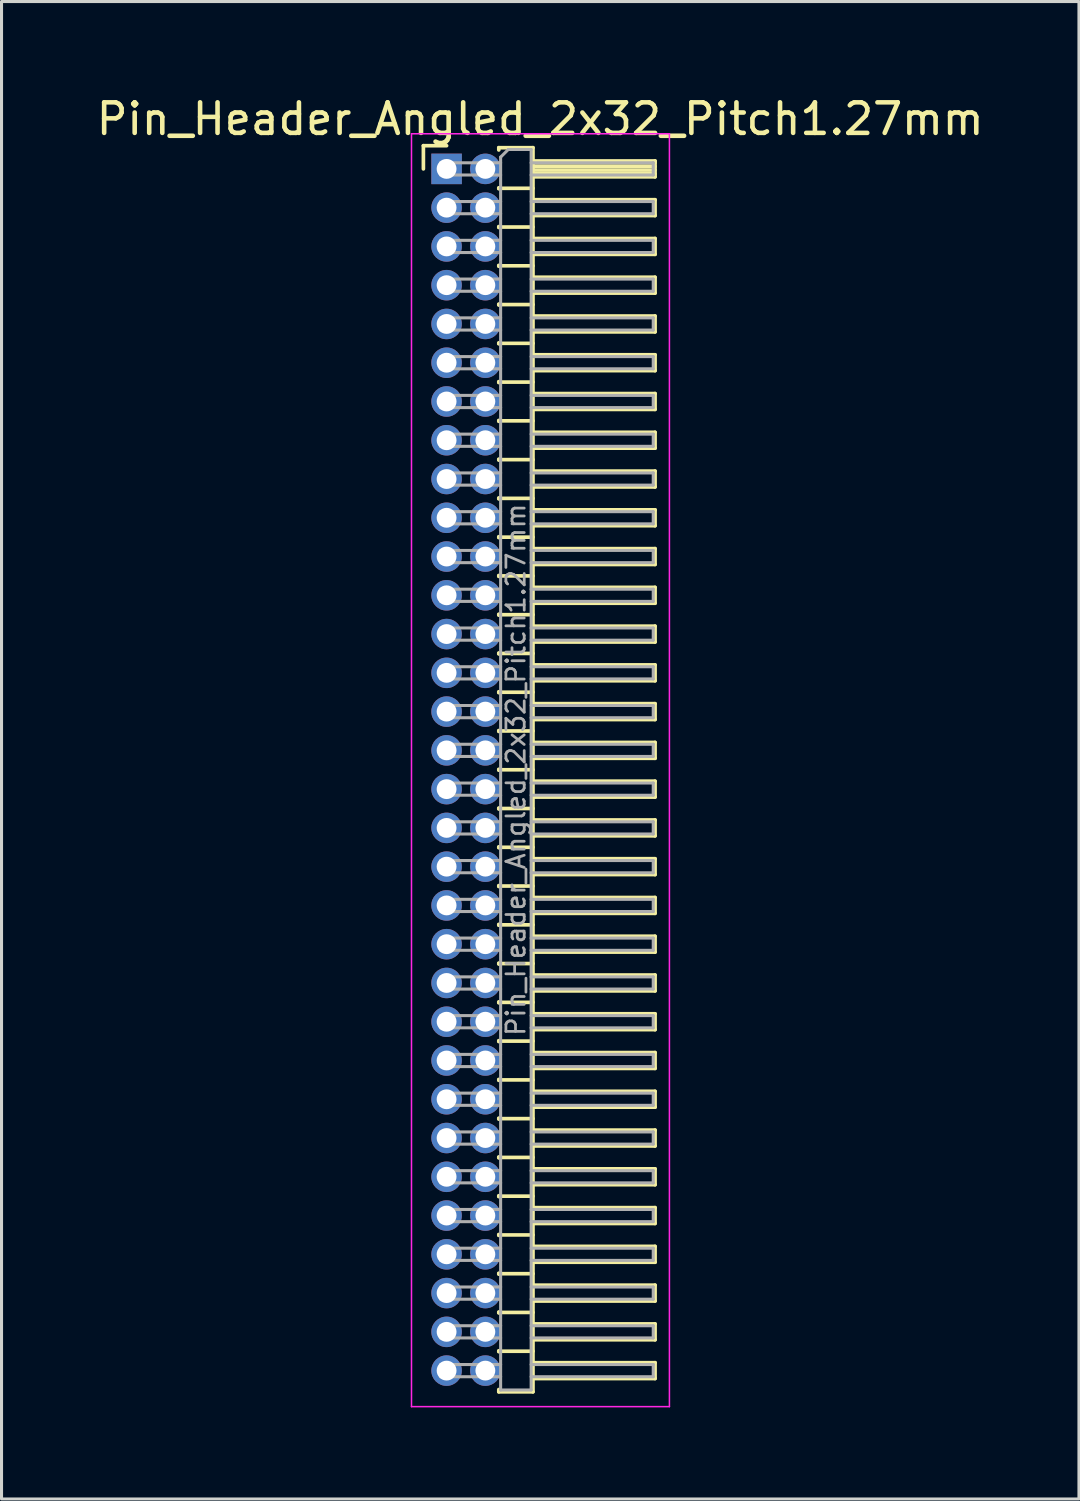
<source format=kicad_pcb>
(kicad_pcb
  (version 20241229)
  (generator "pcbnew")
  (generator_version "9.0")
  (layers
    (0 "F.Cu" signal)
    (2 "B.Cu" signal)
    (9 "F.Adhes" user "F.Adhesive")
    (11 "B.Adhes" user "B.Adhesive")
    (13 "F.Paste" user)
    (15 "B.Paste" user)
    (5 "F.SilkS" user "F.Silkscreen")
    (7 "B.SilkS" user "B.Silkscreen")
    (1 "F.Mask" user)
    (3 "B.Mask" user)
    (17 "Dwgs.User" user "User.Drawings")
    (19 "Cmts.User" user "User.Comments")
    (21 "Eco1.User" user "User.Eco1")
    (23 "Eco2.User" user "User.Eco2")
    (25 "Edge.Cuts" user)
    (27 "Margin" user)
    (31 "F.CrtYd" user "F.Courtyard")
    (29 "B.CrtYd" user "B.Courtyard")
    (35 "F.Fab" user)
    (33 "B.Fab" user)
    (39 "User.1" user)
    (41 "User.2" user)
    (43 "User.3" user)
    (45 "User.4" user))
  (footprint "Pin_Header_Angled_2x32_Pitch1.27mm"
    (layer "F.Cu")
    (at 11.581 2.483)
    (property "Reference" "Pin_Header_Angled_2x32_Pitch1.27mm" (at 3.067 -1.635 0) (layer "F.SilkS") (effects (font (size 1 1) (thickness 0.15))))
    (attr through_hole)
    (fp_line (start -0.76 -0.76) (end 0 -0.76) (stroke (width 0.12) (type solid)) (layer "F.SilkS"))
    (fp_line (start -0.76 0) (end -0.76 -0.76) (stroke (width 0.12) (type solid)) (layer "F.SilkS"))
    (fp_line (start 1.71 -0.695) (end 2.83 -0.695) (stroke (width 0.12) (type solid)) (layer "F.SilkS"))
    (fp_line (start 1.71 -0.62) (end 1.71 -0.695) (stroke (width 0.12) (type solid)) (layer "F.SilkS"))
    (fp_line (start 1.71 0.62) (end 1.71 0.65) (stroke (width 0.12) (type solid)) (layer "F.SilkS"))
    (fp_line (start 1.71 0.635) (end 2.83 0.635) (stroke (width 0.12) (type solid)) (layer "F.SilkS"))
    (fp_line (start 1.71 1.89) (end 1.71 1.92) (stroke (width 0.12) (type solid)) (layer "F.SilkS"))
    (fp_line (start 1.71 1.905) (end 2.83 1.905) (stroke (width 0.12) (type solid)) (layer "F.SilkS"))
    (fp_line (start 1.71 3.16) (end 1.71 3.19) (stroke (width 0.12) (type solid)) (layer "F.SilkS"))
    (fp_line (start 1.71 3.175) (end 2.83 3.175) (stroke (width 0.12) (type solid)) (layer "F.SilkS"))
    (fp_line (start 1.71 4.43) (end 1.71 4.46) (stroke (width 0.12) (type solid)) (layer "F.SilkS"))
    (fp_line (start 1.71 4.445) (end 2.83 4.445) (stroke (width 0.12) (type solid)) (layer "F.SilkS"))
    (fp_line (start 1.71 5.7) (end 1.71 5.73) (stroke (width 0.12) (type solid)) (layer "F.SilkS"))
    (fp_line (start 1.71 5.715) (end 2.83 5.715) (stroke (width 0.12) (type solid)) (layer "F.SilkS"))
    (fp_line (start 1.71 6.97) (end 1.71 7) (stroke (width 0.12) (type solid)) (layer "F.SilkS"))
    (fp_line (start 1.71 6.985) (end 2.83 6.985) (stroke (width 0.12) (type solid)) (layer "F.SilkS"))
    (fp_line (start 1.71 8.24) (end 1.71 8.27) (stroke (width 0.12) (type solid)) (layer "F.SilkS"))
    (fp_line (start 1.71 8.255) (end 2.83 8.255) (stroke (width 0.12) (type solid)) (layer "F.SilkS"))
    (fp_line (start 1.71 9.51) (end 1.71 9.54) (stroke (width 0.12) (type solid)) (layer "F.SilkS"))
    (fp_line (start 1.71 9.525) (end 2.83 9.525) (stroke (width 0.12) (type solid)) (layer "F.SilkS"))
    (fp_line (start 1.71 10.78) (end 1.71 10.81) (stroke (width 0.12) (type solid)) (layer "F.SilkS"))
    (fp_line (start 1.71 10.795) (end 2.83 10.795) (stroke (width 0.12) (type solid)) (layer "F.SilkS"))
    (fp_line (start 1.71 12.05) (end 1.71 12.08) (stroke (width 0.12) (type solid)) (layer "F.SilkS"))
    (fp_line (start 1.71 12.065) (end 2.83 12.065) (stroke (width 0.12) (type solid)) (layer "F.SilkS"))
    (fp_line (start 1.71 13.32) (end 1.71 13.35) (stroke (width 0.12) (type solid)) (layer "F.SilkS"))
    (fp_line (start 1.71 13.335) (end 2.83 13.335) (stroke (width 0.12) (type solid)) (layer "F.SilkS"))
    (fp_line (start 1.71 14.59) (end 1.71 14.62) (stroke (width 0.12) (type solid)) (layer "F.SilkS"))
    (fp_line (start 1.71 14.605) (end 2.83 14.605) (stroke (width 0.12) (type solid)) (layer "F.SilkS"))
    (fp_line (start 1.71 15.86) (end 1.71 15.89) (stroke (width 0.12) (type solid)) (layer "F.SilkS"))
    (fp_line (start 1.71 15.875) (end 2.83 15.875) (stroke (width 0.12) (type solid)) (layer "F.SilkS"))
    (fp_line (start 1.71 17.13) (end 1.71 17.16) (stroke (width 0.12) (type solid)) (layer "F.SilkS"))
    (fp_line (start 1.71 17.145) (end 2.83 17.145) (stroke (width 0.12) (type solid)) (layer "F.SilkS"))
    (fp_line (start 1.71 18.4) (end 1.71 18.43) (stroke (width 0.12) (type solid)) (layer "F.SilkS"))
    (fp_line (start 1.71 18.415) (end 2.83 18.415) (stroke (width 0.12) (type solid)) (layer "F.SilkS"))
    (fp_line (start 1.71 19.67) (end 1.71 19.7) (stroke (width 0.12) (type solid)) (layer "F.SilkS"))
    (fp_line (start 1.71 19.685) (end 2.83 19.685) (stroke (width 0.12) (type solid)) (layer "F.SilkS"))
    (fp_line (start 1.71 20.94) (end 1.71 20.97) (stroke (width 0.12) (type solid)) (layer "F.SilkS"))
    (fp_line (start 1.71 20.955) (end 2.83 20.955) (stroke (width 0.12) (type solid)) (layer "F.SilkS"))
    (fp_line (start 1.71 22.21) (end 1.71 22.24) (stroke (width 0.12) (type solid)) (layer "F.SilkS"))
    (fp_line (start 1.71 22.225) (end 2.83 22.225) (stroke (width 0.12) (type solid)) (layer "F.SilkS"))
    (fp_line (start 1.71 23.48) (end 1.71 23.51) (stroke (width 0.12) (type solid)) (layer "F.SilkS"))
    (fp_line (start 1.71 23.495) (end 2.83 23.495) (stroke (width 0.12) (type solid)) (layer "F.SilkS"))
    (fp_line (start 1.71 24.75) (end 1.71 24.78) (stroke (width 0.12) (type solid)) (layer "F.SilkS"))
    (fp_line (start 1.71 24.765) (end 2.83 24.765) (stroke (width 0.12) (type solid)) (layer "F.SilkS"))
    (fp_line (start 1.71 26.02) (end 1.71 26.05) (stroke (width 0.12) (type solid)) (layer "F.SilkS"))
    (fp_line (start 1.71 26.035) (end 2.83 26.035) (stroke (width 0.12) (type solid)) (layer "F.SilkS"))
    (fp_line (start 1.71 27.29) (end 1.71 27.32) (stroke (width 0.12) (type solid)) (layer "F.SilkS"))
    (fp_line (start 1.71 27.305) (end 2.83 27.305) (stroke (width 0.12) (type solid)) (layer "F.SilkS"))
    (fp_line (start 1.71 28.56) (end 1.71 28.59) (stroke (width 0.12) (type solid)) (layer "F.SilkS"))
    (fp_line (start 1.71 28.575) (end 2.83 28.575) (stroke (width 0.12) (type solid)) (layer "F.SilkS"))
    (fp_line (start 1.71 29.83) (end 1.71 29.86) (stroke (width 0.12) (type solid)) (layer "F.SilkS"))
    (fp_line (start 1.71 29.845) (end 2.83 29.845) (stroke (width 0.12) (type solid)) (layer "F.SilkS"))
    (fp_line (start 1.71 31.1) (end 1.71 31.13) (stroke (width 0.12) (type solid)) (layer "F.SilkS"))
    (fp_line (start 1.71 31.115) (end 2.83 31.115) (stroke (width 0.12) (type solid)) (layer "F.SilkS"))
    (fp_line (start 1.71 32.37) (end 1.71 32.4) (stroke (width 0.12) (type solid)) (layer "F.SilkS"))
    (fp_line (start 1.71 32.385) (end 2.83 32.385) (stroke (width 0.12) (type solid)) (layer "F.SilkS"))
    (fp_line (start 1.71 33.64) (end 1.71 33.67) (stroke (width 0.12) (type solid)) (layer "F.SilkS"))
    (fp_line (start 1.71 33.655) (end 2.83 33.655) (stroke (width 0.12) (type solid)) (layer "F.SilkS"))
    (fp_line (start 1.71 34.91) (end 1.71 34.94) (stroke (width 0.12) (type solid)) (layer "F.SilkS"))
    (fp_line (start 1.71 34.925) (end 2.83 34.925) (stroke (width 0.12) (type solid)) (layer "F.SilkS"))
    (fp_line (start 1.71 36.18) (end 1.71 36.21) (stroke (width 0.12) (type solid)) (layer "F.SilkS"))
    (fp_line (start 1.71 36.195) (end 2.83 36.195) (stroke (width 0.12) (type solid)) (layer "F.SilkS"))
    (fp_line (start 1.71 37.45) (end 1.71 37.48) (stroke (width 0.12) (type solid)) (layer "F.SilkS"))
    (fp_line (start 1.71 37.465) (end 2.83 37.465) (stroke (width 0.12) (type solid)) (layer "F.SilkS"))
    (fp_line (start 1.71 38.72) (end 1.71 38.75) (stroke (width 0.12) (type solid)) (layer "F.SilkS"))
    (fp_line (start 1.71 38.735) (end 2.83 38.735) (stroke (width 0.12) (type solid)) (layer "F.SilkS"))
    (fp_line (start 1.71 40.065) (end 1.71 39.99) (stroke (width 0.12) (type solid)) (layer "F.SilkS"))
    (fp_line (start 2.83 -0.695) (end 2.83 40.065) (stroke (width 0.12) (type solid)) (layer "F.SilkS"))
    (fp_line (start 2.83 -0.26) (end 6.83 -0.26) (stroke (width 0.12) (type solid)) (layer "F.SilkS"))
    (fp_line (start 2.83 -0.2) (end 6.83 -0.2) (stroke (width 0.12) (type solid)) (layer "F.SilkS"))
    (fp_line (start 2.83 -0.08) (end 6.83 -0.08) (stroke (width 0.12) (type solid)) (layer "F.SilkS"))
    (fp_line (start 2.83 0.04) (end 6.83 0.04) (stroke (width 0.12) (type solid)) (layer "F.SilkS"))
    (fp_line (start 2.83 0.16) (end 6.83 0.16) (stroke (width 0.12) (type solid)) (layer "F.SilkS"))
    (fp_line (start 2.83 1.01) (end 6.83 1.01) (stroke (width 0.12) (type solid)) (layer "F.SilkS"))
    (fp_line (start 2.83 2.28) (end 6.83 2.28) (stroke (width 0.12) (type solid)) (layer "F.SilkS"))
    (fp_line (start 2.83 3.55) (end 6.83 3.55) (stroke (width 0.12) (type solid)) (layer "F.SilkS"))
    (fp_line (start 2.83 4.82) (end 6.83 4.82) (stroke (width 0.12) (type solid)) (layer "F.SilkS"))
    (fp_line (start 2.83 6.09) (end 6.83 6.09) (stroke (width 0.12) (type solid)) (layer "F.SilkS"))
    (fp_line (start 2.83 7.36) (end 6.83 7.36) (stroke (width 0.12) (type solid)) (layer "F.SilkS"))
    (fp_line (start 2.83 8.63) (end 6.83 8.63) (stroke (width 0.12) (type solid)) (layer "F.SilkS"))
    (fp_line (start 2.83 9.9) (end 6.83 9.9) (stroke (width 0.12) (type solid)) (layer "F.SilkS"))
    (fp_line (start 2.83 11.17) (end 6.83 11.17) (stroke (width 0.12) (type solid)) (layer "F.SilkS"))
    (fp_line (start 2.83 12.44) (end 6.83 12.44) (stroke (width 0.12) (type solid)) (layer "F.SilkS"))
    (fp_line (start 2.83 13.71) (end 6.83 13.71) (stroke (width 0.12) (type solid)) (layer "F.SilkS"))
    (fp_line (start 2.83 14.98) (end 6.83 14.98) (stroke (width 0.12) (type solid)) (layer "F.SilkS"))
    (fp_line (start 2.83 16.25) (end 6.83 16.25) (stroke (width 0.12) (type solid)) (layer "F.SilkS"))
    (fp_line (start 2.83 17.52) (end 6.83 17.52) (stroke (width 0.12) (type solid)) (layer "F.SilkS"))
    (fp_line (start 2.83 18.79) (end 6.83 18.79) (stroke (width 0.12) (type solid)) (layer "F.SilkS"))
    (fp_line (start 2.83 20.06) (end 6.83 20.06) (stroke (width 0.12) (type solid)) (layer "F.SilkS"))
    (fp_line (start 2.83 21.33) (end 6.83 21.33) (stroke (width 0.12) (type solid)) (layer "F.SilkS"))
    (fp_line (start 2.83 22.6) (end 6.83 22.6) (stroke (width 0.12) (type solid)) (layer "F.SilkS"))
    (fp_line (start 2.83 23.87) (end 6.83 23.87) (stroke (width 0.12) (type solid)) (layer "F.SilkS"))
    (fp_line (start 2.83 25.14) (end 6.83 25.14) (stroke (width 0.12) (type solid)) (layer "F.SilkS"))
    (fp_line (start 2.83 26.41) (end 6.83 26.41) (stroke (width 0.12) (type solid)) (layer "F.SilkS"))
    (fp_line (start 2.83 27.68) (end 6.83 27.68) (stroke (width 0.12) (type solid)) (layer "F.SilkS"))
    (fp_line (start 2.83 28.95) (end 6.83 28.95) (stroke (width 0.12) (type solid)) (layer "F.SilkS"))
    (fp_line (start 2.83 30.22) (end 6.83 30.22) (stroke (width 0.12) (type solid)) (layer "F.SilkS"))
    (fp_line (start 2.83 31.49) (end 6.83 31.49) (stroke (width 0.12) (type solid)) (layer "F.SilkS"))
    (fp_line (start 2.83 32.76) (end 6.83 32.76) (stroke (width 0.12) (type solid)) (layer "F.SilkS"))
    (fp_line (start 2.83 34.03) (end 6.83 34.03) (stroke (width 0.12) (type solid)) (layer "F.SilkS"))
    (fp_line (start 2.83 35.3) (end 6.83 35.3) (stroke (width 0.12) (type solid)) (layer "F.SilkS"))
    (fp_line (start 2.83 36.57) (end 6.83 36.57) (stroke (width 0.12) (type solid)) (layer "F.SilkS"))
    (fp_line (start 2.83 37.84) (end 6.83 37.84) (stroke (width 0.12) (type solid)) (layer "F.SilkS"))
    (fp_line (start 2.83 39.11) (end 6.83 39.11) (stroke (width 0.12) (type solid)) (layer "F.SilkS"))
    (fp_line (start 2.83 40.065) (end 1.71 40.065) (stroke (width 0.12) (type solid)) (layer "F.SilkS"))
    (fp_line (start 6.83 -0.26) (end 6.83 0.26) (stroke (width 0.12) (type solid)) (layer "F.SilkS"))
    (fp_line (start 6.83 0.26) (end 2.83 0.26) (stroke (width 0.12) (type solid)) (layer "F.SilkS"))
    (fp_line (start 6.83 1.01) (end 6.83 1.53) (stroke (width 0.12) (type solid)) (layer "F.SilkS"))
    (fp_line (start 6.83 1.53) (end 2.83 1.53) (stroke (width 0.12) (type solid)) (layer "F.SilkS"))
    (fp_line (start 6.83 2.28) (end 6.83 2.8) (stroke (width 0.12) (type solid)) (layer "F.SilkS"))
    (fp_line (start 6.83 2.8) (end 2.83 2.8) (stroke (width 0.12) (type solid)) (layer "F.SilkS"))
    (fp_line (start 6.83 3.55) (end 6.83 4.07) (stroke (width 0.12) (type solid)) (layer "F.SilkS"))
    (fp_line (start 6.83 4.07) (end 2.83 4.07) (stroke (width 0.12) (type solid)) (layer "F.SilkS"))
    (fp_line (start 6.83 4.82) (end 6.83 5.34) (stroke (width 0.12) (type solid)) (layer "F.SilkS"))
    (fp_line (start 6.83 5.34) (end 2.83 5.34) (stroke (width 0.12) (type solid)) (layer "F.SilkS"))
    (fp_line (start 6.83 6.09) (end 6.83 6.61) (stroke (width 0.12) (type solid)) (layer "F.SilkS"))
    (fp_line (start 6.83 6.61) (end 2.83 6.61) (stroke (width 0.12) (type solid)) (layer "F.SilkS"))
    (fp_line (start 6.83 7.36) (end 6.83 7.88) (stroke (width 0.12) (type solid)) (layer "F.SilkS"))
    (fp_line (start 6.83 7.88) (end 2.83 7.88) (stroke (width 0.12) (type solid)) (layer "F.SilkS"))
    (fp_line (start 6.83 8.63) (end 6.83 9.15) (stroke (width 0.12) (type solid)) (layer "F.SilkS"))
    (fp_line (start 6.83 9.15) (end 2.83 9.15) (stroke (width 0.12) (type solid)) (layer "F.SilkS"))
    (fp_line (start 6.83 9.9) (end 6.83 10.42) (stroke (width 0.12) (type solid)) (layer "F.SilkS"))
    (fp_line (start 6.83 10.42) (end 2.83 10.42) (stroke (width 0.12) (type solid)) (layer "F.SilkS"))
    (fp_line (start 6.83 11.17) (end 6.83 11.69) (stroke (width 0.12) (type solid)) (layer "F.SilkS"))
    (fp_line (start 6.83 11.69) (end 2.83 11.69) (stroke (width 0.12) (type solid)) (layer "F.SilkS"))
    (fp_line (start 6.83 12.44) (end 6.83 12.96) (stroke (width 0.12) (type solid)) (layer "F.SilkS"))
    (fp_line (start 6.83 12.96) (end 2.83 12.96) (stroke (width 0.12) (type solid)) (layer "F.SilkS"))
    (fp_line (start 6.83 13.71) (end 6.83 14.23) (stroke (width 0.12) (type solid)) (layer "F.SilkS"))
    (fp_line (start 6.83 14.23) (end 2.83 14.23) (stroke (width 0.12) (type solid)) (layer "F.SilkS"))
    (fp_line (start 6.83 14.98) (end 6.83 15.5) (stroke (width 0.12) (type solid)) (layer "F.SilkS"))
    (fp_line (start 6.83 15.5) (end 2.83 15.5) (stroke (width 0.12) (type solid)) (layer "F.SilkS"))
    (fp_line (start 6.83 16.25) (end 6.83 16.77) (stroke (width 0.12) (type solid)) (layer "F.SilkS"))
    (fp_line (start 6.83 16.77) (end 2.83 16.77) (stroke (width 0.12) (type solid)) (layer "F.SilkS"))
    (fp_line (start 6.83 17.52) (end 6.83 18.04) (stroke (width 0.12) (type solid)) (layer "F.SilkS"))
    (fp_line (start 6.83 18.04) (end 2.83 18.04) (stroke (width 0.12) (type solid)) (layer "F.SilkS"))
    (fp_line (start 6.83 18.79) (end 6.83 19.31) (stroke (width 0.12) (type solid)) (layer "F.SilkS"))
    (fp_line (start 6.83 19.31) (end 2.83 19.31) (stroke (width 0.12) (type solid)) (layer "F.SilkS"))
    (fp_line (start 6.83 20.06) (end 6.83 20.58) (stroke (width 0.12) (type solid)) (layer "F.SilkS"))
    (fp_line (start 6.83 20.58) (end 2.83 20.58) (stroke (width 0.12) (type solid)) (layer "F.SilkS"))
    (fp_line (start 6.83 21.33) (end 6.83 21.85) (stroke (width 0.12) (type solid)) (layer "F.SilkS"))
    (fp_line (start 6.83 21.85) (end 2.83 21.85) (stroke (width 0.12) (type solid)) (layer "F.SilkS"))
    (fp_line (start 6.83 22.6) (end 6.83 23.12) (stroke (width 0.12) (type solid)) (layer "F.SilkS"))
    (fp_line (start 6.83 23.12) (end 2.83 23.12) (stroke (width 0.12) (type solid)) (layer "F.SilkS"))
    (fp_line (start 6.83 23.87) (end 6.83 24.39) (stroke (width 0.12) (type solid)) (layer "F.SilkS"))
    (fp_line (start 6.83 24.39) (end 2.83 24.39) (stroke (width 0.12) (type solid)) (layer "F.SilkS"))
    (fp_line (start 6.83 25.14) (end 6.83 25.66) (stroke (width 0.12) (type solid)) (layer "F.SilkS"))
    (fp_line (start 6.83 25.66) (end 2.83 25.66) (stroke (width 0.12) (type solid)) (layer "F.SilkS"))
    (fp_line (start 6.83 26.41) (end 6.83 26.93) (stroke (width 0.12) (type solid)) (layer "F.SilkS"))
    (fp_line (start 6.83 26.93) (end 2.83 26.93) (stroke (width 0.12) (type solid)) (layer "F.SilkS"))
    (fp_line (start 6.83 27.68) (end 6.83 28.2) (stroke (width 0.12) (type solid)) (layer "F.SilkS"))
    (fp_line (start 6.83 28.2) (end 2.83 28.2) (stroke (width 0.12) (type solid)) (layer "F.SilkS"))
    (fp_line (start 6.83 28.95) (end 6.83 29.47) (stroke (width 0.12) (type solid)) (layer "F.SilkS"))
    (fp_line (start 6.83 29.47) (end 2.83 29.47) (stroke (width 0.12) (type solid)) (layer "F.SilkS"))
    (fp_line (start 6.83 30.22) (end 6.83 30.74) (stroke (width 0.12) (type solid)) (layer "F.SilkS"))
    (fp_line (start 6.83 30.74) (end 2.83 30.74) (stroke (width 0.12) (type solid)) (layer "F.SilkS"))
    (fp_line (start 6.83 31.49) (end 6.83 32.01) (stroke (width 0.12) (type solid)) (layer "F.SilkS"))
    (fp_line (start 6.83 32.01) (end 2.83 32.01) (stroke (width 0.12) (type solid)) (layer "F.SilkS"))
    (fp_line (start 6.83 32.76) (end 6.83 33.28) (stroke (width 0.12) (type solid)) (layer "F.SilkS"))
    (fp_line (start 6.83 33.28) (end 2.83 33.28) (stroke (width 0.12) (type solid)) (layer "F.SilkS"))
    (fp_line (start 6.83 34.03) (end 6.83 34.55) (stroke (width 0.12) (type solid)) (layer "F.SilkS"))
    (fp_line (start 6.83 34.55) (end 2.83 34.55) (stroke (width 0.12) (type solid)) (layer "F.SilkS"))
    (fp_line (start 6.83 35.3) (end 6.83 35.82) (stroke (width 0.12) (type solid)) (layer "F.SilkS"))
    (fp_line (start 6.83 35.82) (end 2.83 35.82) (stroke (width 0.12) (type solid)) (layer "F.SilkS"))
    (fp_line (start 6.83 36.57) (end 6.83 37.09) (stroke (width 0.12) (type solid)) (layer "F.SilkS"))
    (fp_line (start 6.83 37.09) (end 2.83 37.09) (stroke (width 0.12) (type solid)) (layer "F.SilkS"))
    (fp_line (start 6.83 37.84) (end 6.83 38.36) (stroke (width 0.12) (type solid)) (layer "F.SilkS"))
    (fp_line (start 6.83 38.36) (end 2.83 38.36) (stroke (width 0.12) (type solid)) (layer "F.SilkS"))
    (fp_line (start 6.83 39.11) (end 6.83 39.63) (stroke (width 0.12) (type solid)) (layer "F.SilkS"))
    (fp_line (start 6.83 39.63) (end 2.83 39.63) (stroke (width 0.12) (type solid)) (layer "F.SilkS"))
    (fp_line (start -1.15 -1.15) (end -1.15 40.55) (stroke (width 0.05) (type solid)) (layer "F.CrtYd"))
    (fp_line (start -1.15 40.55) (end 7.3 40.55) (stroke (width 0.05) (type solid)) (layer "F.CrtYd"))
    (fp_line (start 7.3 -1.15) (end -1.15 -1.15) (stroke (width 0.05) (type solid)) (layer "F.CrtYd"))
    (fp_line (start 7.3 40.55) (end 7.3 -1.15) (stroke (width 0.05) (type solid)) (layer "F.CrtYd"))
    (fp_line (start -0.2 -0.2) (end -0.2 0.2) (stroke (width 0.1) (type solid)) (layer "F.Fab"))
    (fp_line (start -0.2 -0.2) (end 1.77 -0.2) (stroke (width 0.1) (type solid)) (layer "F.Fab"))
    (fp_line (start -0.2 0.2) (end 1.77 0.2) (stroke (width 0.1) (type solid)) (layer "F.Fab"))
    (fp_line (start -0.2 1.07) (end -0.2 1.47) (stroke (width 0.1) (type solid)) (layer "F.Fab"))
    (fp_line (start -0.2 1.07) (end 1.77 1.07) (stroke (width 0.1) (type solid)) (layer "F.Fab"))
    (fp_line (start -0.2 1.47) (end 1.77 1.47) (stroke (width 0.1) (type solid)) (layer "F.Fab"))
    (fp_line (start -0.2 2.34) (end -0.2 2.74) (stroke (width 0.1) (type solid)) (layer "F.Fab"))
    (fp_line (start -0.2 2.34) (end 1.77 2.34) (stroke (width 0.1) (type solid)) (layer "F.Fab"))
    (fp_line (start -0.2 2.74) (end 1.77 2.74) (stroke (width 0.1) (type solid)) (layer "F.Fab"))
    (fp_line (start -0.2 3.61) (end -0.2 4.01) (stroke (width 0.1) (type solid)) (layer "F.Fab"))
    (fp_line (start -0.2 3.61) (end 1.77 3.61) (stroke (width 0.1) (type solid)) (layer "F.Fab"))
    (fp_line (start -0.2 4.01) (end 1.77 4.01) (stroke (width 0.1) (type solid)) (layer "F.Fab"))
    (fp_line (start -0.2 4.88) (end -0.2 5.28) (stroke (width 0.1) (type solid)) (layer "F.Fab"))
    (fp_line (start -0.2 4.88) (end 1.77 4.88) (stroke (width 0.1) (type solid)) (layer "F.Fab"))
    (fp_line (start -0.2 5.28) (end 1.77 5.28) (stroke (width 0.1) (type solid)) (layer "F.Fab"))
    (fp_line (start -0.2 6.15) (end -0.2 6.55) (stroke (width 0.1) (type solid)) (layer "F.Fab"))
    (fp_line (start -0.2 6.15) (end 1.77 6.15) (stroke (width 0.1) (type solid)) (layer "F.Fab"))
    (fp_line (start -0.2 6.55) (end 1.77 6.55) (stroke (width 0.1) (type solid)) (layer "F.Fab"))
    (fp_line (start -0.2 7.42) (end -0.2 7.82) (stroke (width 0.1) (type solid)) (layer "F.Fab"))
    (fp_line (start -0.2 7.42) (end 1.77 7.42) (stroke (width 0.1) (type solid)) (layer "F.Fab"))
    (fp_line (start -0.2 7.82) (end 1.77 7.82) (stroke (width 0.1) (type solid)) (layer "F.Fab"))
    (fp_line (start -0.2 8.69) (end -0.2 9.09) (stroke (width 0.1) (type solid)) (layer "F.Fab"))
    (fp_line (start -0.2 8.69) (end 1.77 8.69) (stroke (width 0.1) (type solid)) (layer "F.Fab"))
    (fp_line (start -0.2 9.09) (end 1.77 9.09) (stroke (width 0.1) (type solid)) (layer "F.Fab"))
    (fp_line (start -0.2 9.96) (end -0.2 10.36) (stroke (width 0.1) (type solid)) (layer "F.Fab"))
    (fp_line (start -0.2 9.96) (end 1.77 9.96) (stroke (width 0.1) (type solid)) (layer "F.Fab"))
    (fp_line (start -0.2 10.36) (end 1.77 10.36) (stroke (width 0.1) (type solid)) (layer "F.Fab"))
    (fp_line (start -0.2 11.23) (end -0.2 11.63) (stroke (width 0.1) (type solid)) (layer "F.Fab"))
    (fp_line (start -0.2 11.23) (end 1.77 11.23) (stroke (width 0.1) (type solid)) (layer "F.Fab"))
    (fp_line (start -0.2 11.63) (end 1.77 11.63) (stroke (width 0.1) (type solid)) (layer "F.Fab"))
    (fp_line (start -0.2 12.5) (end -0.2 12.9) (stroke (width 0.1) (type solid)) (layer "F.Fab"))
    (fp_line (start -0.2 12.5) (end 1.77 12.5) (stroke (width 0.1) (type solid)) (layer "F.Fab"))
    (fp_line (start -0.2 12.9) (end 1.77 12.9) (stroke (width 0.1) (type solid)) (layer "F.Fab"))
    (fp_line (start -0.2 13.77) (end -0.2 14.17) (stroke (width 0.1) (type solid)) (layer "F.Fab"))
    (fp_line (start -0.2 13.77) (end 1.77 13.77) (stroke (width 0.1) (type solid)) (layer "F.Fab"))
    (fp_line (start -0.2 14.17) (end 1.77 14.17) (stroke (width 0.1) (type solid)) (layer "F.Fab"))
    (fp_line (start -0.2 15.04) (end -0.2 15.44) (stroke (width 0.1) (type solid)) (layer "F.Fab"))
    (fp_line (start -0.2 15.04) (end 1.77 15.04) (stroke (width 0.1) (type solid)) (layer "F.Fab"))
    (fp_line (start -0.2 15.44) (end 1.77 15.44) (stroke (width 0.1) (type solid)) (layer "F.Fab"))
    (fp_line (start -0.2 16.31) (end -0.2 16.71) (stroke (width 0.1) (type solid)) (layer "F.Fab"))
    (fp_line (start -0.2 16.31) (end 1.77 16.31) (stroke (width 0.1) (type solid)) (layer "F.Fab"))
    (fp_line (start -0.2 16.71) (end 1.77 16.71) (stroke (width 0.1) (type solid)) (layer "F.Fab"))
    (fp_line (start -0.2 17.58) (end -0.2 17.98) (stroke (width 0.1) (type solid)) (layer "F.Fab"))
    (fp_line (start -0.2 17.58) (end 1.77 17.58) (stroke (width 0.1) (type solid)) (layer "F.Fab"))
    (fp_line (start -0.2 17.98) (end 1.77 17.98) (stroke (width 0.1) (type solid)) (layer "F.Fab"))
    (fp_line (start -0.2 18.85) (end -0.2 19.25) (stroke (width 0.1) (type solid)) (layer "F.Fab"))
    (fp_line (start -0.2 18.85) (end 1.77 18.85) (stroke (width 0.1) (type solid)) (layer "F.Fab"))
    (fp_line (start -0.2 19.25) (end 1.77 19.25) (stroke (width 0.1) (type solid)) (layer "F.Fab"))
    (fp_line (start -0.2 20.12) (end -0.2 20.52) (stroke (width 0.1) (type solid)) (layer "F.Fab"))
    (fp_line (start -0.2 20.12) (end 1.77 20.12) (stroke (width 0.1) (type solid)) (layer "F.Fab"))
    (fp_line (start -0.2 20.52) (end 1.77 20.52) (stroke (width 0.1) (type solid)) (layer "F.Fab"))
    (fp_line (start -0.2 21.39) (end -0.2 21.79) (stroke (width 0.1) (type solid)) (layer "F.Fab"))
    (fp_line (start -0.2 21.39) (end 1.77 21.39) (stroke (width 0.1) (type solid)) (layer "F.Fab"))
    (fp_line (start -0.2 21.79) (end 1.77 21.79) (stroke (width 0.1) (type solid)) (layer "F.Fab"))
    (fp_line (start -0.2 22.66) (end -0.2 23.06) (stroke (width 0.1) (type solid)) (layer "F.Fab"))
    (fp_line (start -0.2 22.66) (end 1.77 22.66) (stroke (width 0.1) (type solid)) (layer "F.Fab"))
    (fp_line (start -0.2 23.06) (end 1.77 23.06) (stroke (width 0.1) (type solid)) (layer "F.Fab"))
    (fp_line (start -0.2 23.93) (end -0.2 24.33) (stroke (width 0.1) (type solid)) (layer "F.Fab"))
    (fp_line (start -0.2 23.93) (end 1.77 23.93) (stroke (width 0.1) (type solid)) (layer "F.Fab"))
    (fp_line (start -0.2 24.33) (end 1.77 24.33) (stroke (width 0.1) (type solid)) (layer "F.Fab"))
    (fp_line (start -0.2 25.2) (end -0.2 25.6) (stroke (width 0.1) (type solid)) (layer "F.Fab"))
    (fp_line (start -0.2 25.2) (end 1.77 25.2) (stroke (width 0.1) (type solid)) (layer "F.Fab"))
    (fp_line (start -0.2 25.6) (end 1.77 25.6) (stroke (width 0.1) (type solid)) (layer "F.Fab"))
    (fp_line (start -0.2 26.47) (end -0.2 26.87) (stroke (width 0.1) (type solid)) (layer "F.Fab"))
    (fp_line (start -0.2 26.47) (end 1.77 26.47) (stroke (width 0.1) (type solid)) (layer "F.Fab"))
    (fp_line (start -0.2 26.87) (end 1.77 26.87) (stroke (width 0.1) (type solid)) (layer "F.Fab"))
    (fp_line (start -0.2 27.74) (end -0.2 28.14) (stroke (width 0.1) (type solid)) (layer "F.Fab"))
    (fp_line (start -0.2 27.74) (end 1.77 27.74) (stroke (width 0.1) (type solid)) (layer "F.Fab"))
    (fp_line (start -0.2 28.14) (end 1.77 28.14) (stroke (width 0.1) (type solid)) (layer "F.Fab"))
    (fp_line (start -0.2 29.01) (end -0.2 29.41) (stroke (width 0.1) (type solid)) (layer "F.Fab"))
    (fp_line (start -0.2 29.01) (end 1.77 29.01) (stroke (width 0.1) (type solid)) (layer "F.Fab"))
    (fp_line (start -0.2 29.41) (end 1.77 29.41) (stroke (width 0.1) (type solid)) (layer "F.Fab"))
    (fp_line (start -0.2 30.28) (end -0.2 30.68) (stroke (width 0.1) (type solid)) (layer "F.Fab"))
    (fp_line (start -0.2 30.28) (end 1.77 30.28) (stroke (width 0.1) (type solid)) (layer "F.Fab"))
    (fp_line (start -0.2 30.68) (end 1.77 30.68) (stroke (width 0.1) (type solid)) (layer "F.Fab"))
    (fp_line (start -0.2 31.55) (end -0.2 31.95) (stroke (width 0.1) (type solid)) (layer "F.Fab"))
    (fp_line (start -0.2 31.55) (end 1.77 31.55) (stroke (width 0.1) (type solid)) (layer "F.Fab"))
    (fp_line (start -0.2 31.95) (end 1.77 31.95) (stroke (width 0.1) (type solid)) (layer "F.Fab"))
    (fp_line (start -0.2 32.82) (end -0.2 33.22) (stroke (width 0.1) (type solid)) (layer "F.Fab"))
    (fp_line (start -0.2 32.82) (end 1.77 32.82) (stroke (width 0.1) (type solid)) (layer "F.Fab"))
    (fp_line (start -0.2 33.22) (end 1.77 33.22) (stroke (width 0.1) (type solid)) (layer "F.Fab"))
    (fp_line (start -0.2 34.09) (end -0.2 34.49) (stroke (width 0.1) (type solid)) (layer "F.Fab"))
    (fp_line (start -0.2 34.09) (end 1.77 34.09) (stroke (width 0.1) (type solid)) (layer "F.Fab"))
    (fp_line (start -0.2 34.49) (end 1.77 34.49) (stroke (width 0.1) (type solid)) (layer "F.Fab"))
    (fp_line (start -0.2 35.36) (end -0.2 35.76) (stroke (width 0.1) (type solid)) (layer "F.Fab"))
    (fp_line (start -0.2 35.36) (end 1.77 35.36) (stroke (width 0.1) (type solid)) (layer "F.Fab"))
    (fp_line (start -0.2 35.76) (end 1.77 35.76) (stroke (width 0.1) (type solid)) (layer "F.Fab"))
    (fp_line (start -0.2 36.63) (end -0.2 37.03) (stroke (width 0.1) (type solid)) (layer "F.Fab"))
    (fp_line (start -0.2 36.63) (end 1.77 36.63) (stroke (width 0.1) (type solid)) (layer "F.Fab"))
    (fp_line (start -0.2 37.03) (end 1.77 37.03) (stroke (width 0.1) (type solid)) (layer "F.Fab"))
    (fp_line (start -0.2 37.9) (end -0.2 38.3) (stroke (width 0.1) (type solid)) (layer "F.Fab"))
    (fp_line (start -0.2 37.9) (end 1.77 37.9) (stroke (width 0.1) (type solid)) (layer "F.Fab"))
    (fp_line (start -0.2 38.3) (end 1.77 38.3) (stroke (width 0.1) (type solid)) (layer "F.Fab"))
    (fp_line (start -0.2 39.17) (end -0.2 39.57) (stroke (width 0.1) (type solid)) (layer "F.Fab"))
    (fp_line (start -0.2 39.17) (end 1.77 39.17) (stroke (width 0.1) (type solid)) (layer "F.Fab"))
    (fp_line (start -0.2 39.57) (end 1.77 39.57) (stroke (width 0.1) (type solid)) (layer "F.Fab"))
    (fp_line (start 1.77 -0.385) (end 2.02 -0.635) (stroke (width 0.1) (type solid)) (layer "F.Fab"))
    (fp_line (start 1.77 40.005) (end 1.77 -0.385) (stroke (width 0.1) (type solid)) (layer "F.Fab"))
    (fp_line (start 2.02 -0.635) (end 2.77 -0.635) (stroke (width 0.1) (type solid)) (layer "F.Fab"))
    (fp_line (start 2.77 -0.635) (end 2.77 40.005) (stroke (width 0.1) (type solid)) (layer "F.Fab"))
    (fp_line (start 2.77 -0.2) (end 6.77 -0.2) (stroke (width 0.1) (type solid)) (layer "F.Fab"))
    (fp_line (start 2.77 0.2) (end 6.77 0.2) (stroke (width 0.1) (type solid)) (layer "F.Fab"))
    (fp_line (start 2.77 1.07) (end 6.77 1.07) (stroke (width 0.1) (type solid)) (layer "F.Fab"))
    (fp_line (start 2.77 1.47) (end 6.77 1.47) (stroke (width 0.1) (type solid)) (layer "F.Fab"))
    (fp_line (start 2.77 2.34) (end 6.77 2.34) (stroke (width 0.1) (type solid)) (layer "F.Fab"))
    (fp_line (start 2.77 2.74) (end 6.77 2.74) (stroke (width 0.1) (type solid)) (layer "F.Fab"))
    (fp_line (start 2.77 3.61) (end 6.77 3.61) (stroke (width 0.1) (type solid)) (layer "F.Fab"))
    (fp_line (start 2.77 4.01) (end 6.77 4.01) (stroke (width 0.1) (type solid)) (layer "F.Fab"))
    (fp_line (start 2.77 4.88) (end 6.77 4.88) (stroke (width 0.1) (type solid)) (layer "F.Fab"))
    (fp_line (start 2.77 5.28) (end 6.77 5.28) (stroke (width 0.1) (type solid)) (layer "F.Fab"))
    (fp_line (start 2.77 6.15) (end 6.77 6.15) (stroke (width 0.1) (type solid)) (layer "F.Fab"))
    (fp_line (start 2.77 6.55) (end 6.77 6.55) (stroke (width 0.1) (type solid)) (layer "F.Fab"))
    (fp_line (start 2.77 7.42) (end 6.77 7.42) (stroke (width 0.1) (type solid)) (layer "F.Fab"))
    (fp_line (start 2.77 7.82) (end 6.77 7.82) (stroke (width 0.1) (type solid)) (layer "F.Fab"))
    (fp_line (start 2.77 8.69) (end 6.77 8.69) (stroke (width 0.1) (type solid)) (layer "F.Fab"))
    (fp_line (start 2.77 9.09) (end 6.77 9.09) (stroke (width 0.1) (type solid)) (layer "F.Fab"))
    (fp_line (start 2.77 9.96) (end 6.77 9.96) (stroke (width 0.1) (type solid)) (layer "F.Fab"))
    (fp_line (start 2.77 10.36) (end 6.77 10.36) (stroke (width 0.1) (type solid)) (layer "F.Fab"))
    (fp_line (start 2.77 11.23) (end 6.77 11.23) (stroke (width 0.1) (type solid)) (layer "F.Fab"))
    (fp_line (start 2.77 11.63) (end 6.77 11.63) (stroke (width 0.1) (type solid)) (layer "F.Fab"))
    (fp_line (start 2.77 12.5) (end 6.77 12.5) (stroke (width 0.1) (type solid)) (layer "F.Fab"))
    (fp_line (start 2.77 12.9) (end 6.77 12.9) (stroke (width 0.1) (type solid)) (layer "F.Fab"))
    (fp_line (start 2.77 13.77) (end 6.77 13.77) (stroke (width 0.1) (type solid)) (layer "F.Fab"))
    (fp_line (start 2.77 14.17) (end 6.77 14.17) (stroke (width 0.1) (type solid)) (layer "F.Fab"))
    (fp_line (start 2.77 15.04) (end 6.77 15.04) (stroke (width 0.1) (type solid)) (layer "F.Fab"))
    (fp_line (start 2.77 15.44) (end 6.77 15.44) (stroke (width 0.1) (type solid)) (layer "F.Fab"))
    (fp_line (start 2.77 16.31) (end 6.77 16.31) (stroke (width 0.1) (type solid)) (layer "F.Fab"))
    (fp_line (start 2.77 16.71) (end 6.77 16.71) (stroke (width 0.1) (type solid)) (layer "F.Fab"))
    (fp_line (start 2.77 17.58) (end 6.77 17.58) (stroke (width 0.1) (type solid)) (layer "F.Fab"))
    (fp_line (start 2.77 17.98) (end 6.77 17.98) (stroke (width 0.1) (type solid)) (layer "F.Fab"))
    (fp_line (start 2.77 18.85) (end 6.77 18.85) (stroke (width 0.1) (type solid)) (layer "F.Fab"))
    (fp_line (start 2.77 19.25) (end 6.77 19.25) (stroke (width 0.1) (type solid)) (layer "F.Fab"))
    (fp_line (start 2.77 20.12) (end 6.77 20.12) (stroke (width 0.1) (type solid)) (layer "F.Fab"))
    (fp_line (start 2.77 20.52) (end 6.77 20.52) (stroke (width 0.1) (type solid)) (layer "F.Fab"))
    (fp_line (start 2.77 21.39) (end 6.77 21.39) (stroke (width 0.1) (type solid)) (layer "F.Fab"))
    (fp_line (start 2.77 21.79) (end 6.77 21.79) (stroke (width 0.1) (type solid)) (layer "F.Fab"))
    (fp_line (start 2.77 22.66) (end 6.77 22.66) (stroke (width 0.1) (type solid)) (layer "F.Fab"))
    (fp_line (start 2.77 23.06) (end 6.77 23.06) (stroke (width 0.1) (type solid)) (layer "F.Fab"))
    (fp_line (start 2.77 23.93) (end 6.77 23.93) (stroke (width 0.1) (type solid)) (layer "F.Fab"))
    (fp_line (start 2.77 24.33) (end 6.77 24.33) (stroke (width 0.1) (type solid)) (layer "F.Fab"))
    (fp_line (start 2.77 25.2) (end 6.77 25.2) (stroke (width 0.1) (type solid)) (layer "F.Fab"))
    (fp_line (start 2.77 25.6) (end 6.77 25.6) (stroke (width 0.1) (type solid)) (layer "F.Fab"))
    (fp_line (start 2.77 26.47) (end 6.77 26.47) (stroke (width 0.1) (type solid)) (layer "F.Fab"))
    (fp_line (start 2.77 26.87) (end 6.77 26.87) (stroke (width 0.1) (type solid)) (layer "F.Fab"))
    (fp_line (start 2.77 27.74) (end 6.77 27.74) (stroke (width 0.1) (type solid)) (layer "F.Fab"))
    (fp_line (start 2.77 28.14) (end 6.77 28.14) (stroke (width 0.1) (type solid)) (layer "F.Fab"))
    (fp_line (start 2.77 29.01) (end 6.77 29.01) (stroke (width 0.1) (type solid)) (layer "F.Fab"))
    (fp_line (start 2.77 29.41) (end 6.77 29.41) (stroke (width 0.1) (type solid)) (layer "F.Fab"))
    (fp_line (start 2.77 30.28) (end 6.77 30.28) (stroke (width 0.1) (type solid)) (layer "F.Fab"))
    (fp_line (start 2.77 30.68) (end 6.77 30.68) (stroke (width 0.1) (type solid)) (layer "F.Fab"))
    (fp_line (start 2.77 31.55) (end 6.77 31.55) (stroke (width 0.1) (type solid)) (layer "F.Fab"))
    (fp_line (start 2.77 31.95) (end 6.77 31.95) (stroke (width 0.1) (type solid)) (layer "F.Fab"))
    (fp_line (start 2.77 32.82) (end 6.77 32.82) (stroke (width 0.1) (type solid)) (layer "F.Fab"))
    (fp_line (start 2.77 33.22) (end 6.77 33.22) (stroke (width 0.1) (type solid)) (layer "F.Fab"))
    (fp_line (start 2.77 34.09) (end 6.77 34.09) (stroke (width 0.1) (type solid)) (layer "F.Fab"))
    (fp_line (start 2.77 34.49) (end 6.77 34.49) (stroke (width 0.1) (type solid)) (layer "F.Fab"))
    (fp_line (start 2.77 35.36) (end 6.77 35.36) (stroke (width 0.1) (type solid)) (layer "F.Fab"))
    (fp_line (start 2.77 35.76) (end 6.77 35.76) (stroke (width 0.1) (type solid)) (layer "F.Fab"))
    (fp_line (start 2.77 36.63) (end 6.77 36.63) (stroke (width 0.1) (type solid)) (layer "F.Fab"))
    (fp_line (start 2.77 37.03) (end 6.77 37.03) (stroke (width 0.1) (type solid)) (layer "F.Fab"))
    (fp_line (start 2.77 37.9) (end 6.77 37.9) (stroke (width 0.1) (type solid)) (layer "F.Fab"))
    (fp_line (start 2.77 38.3) (end 6.77 38.3) (stroke (width 0.1) (type solid)) (layer "F.Fab"))
    (fp_line (start 2.77 39.17) (end 6.77 39.17) (stroke (width 0.1) (type solid)) (layer "F.Fab"))
    (fp_line (start 2.77 39.57) (end 6.77 39.57) (stroke (width 0.1) (type solid)) (layer "F.Fab"))
    (fp_line (start 2.77 40.005) (end 1.77 40.005) (stroke (width 0.1) (type solid)) (layer "F.Fab"))
    (fp_line (start 6.77 -0.2) (end 6.77 0.2) (stroke (width 0.1) (type solid)) (layer "F.Fab"))
    (fp_line (start 6.77 1.07) (end 6.77 1.47) (stroke (width 0.1) (type solid)) (layer "F.Fab"))
    (fp_line (start 6.77 2.34) (end 6.77 2.74) (stroke (width 0.1) (type solid)) (layer "F.Fab"))
    (fp_line (start 6.77 3.61) (end 6.77 4.01) (stroke (width 0.1) (type solid)) (layer "F.Fab"))
    (fp_line (start 6.77 4.88) (end 6.77 5.28) (stroke (width 0.1) (type solid)) (layer "F.Fab"))
    (fp_line (start 6.77 6.15) (end 6.77 6.55) (stroke (width 0.1) (type solid)) (layer "F.Fab"))
    (fp_line (start 6.77 7.42) (end 6.77 7.82) (stroke (width 0.1) (type solid)) (layer "F.Fab"))
    (fp_line (start 6.77 8.69) (end 6.77 9.09) (stroke (width 0.1) (type solid)) (layer "F.Fab"))
    (fp_line (start 6.77 9.96) (end 6.77 10.36) (stroke (width 0.1) (type solid)) (layer "F.Fab"))
    (fp_line (start 6.77 11.23) (end 6.77 11.63) (stroke (width 0.1) (type solid)) (layer "F.Fab"))
    (fp_line (start 6.77 12.5) (end 6.77 12.9) (stroke (width 0.1) (type solid)) (layer "F.Fab"))
    (fp_line (start 6.77 13.77) (end 6.77 14.17) (stroke (width 0.1) (type solid)) (layer "F.Fab"))
    (fp_line (start 6.77 15.04) (end 6.77 15.44) (stroke (width 0.1) (type solid)) (layer "F.Fab"))
    (fp_line (start 6.77 16.31) (end 6.77 16.71) (stroke (width 0.1) (type solid)) (layer "F.Fab"))
    (fp_line (start 6.77 17.58) (end 6.77 17.98) (stroke (width 0.1) (type solid)) (layer "F.Fab"))
    (fp_line (start 6.77 18.85) (end 6.77 19.25) (stroke (width 0.1) (type solid)) (layer "F.Fab"))
    (fp_line (start 6.77 20.12) (end 6.77 20.52) (stroke (width 0.1) (type solid)) (layer "F.Fab"))
    (fp_line (start 6.77 21.39) (end 6.77 21.79) (stroke (width 0.1) (type solid)) (layer "F.Fab"))
    (fp_line (start 6.77 22.66) (end 6.77 23.06) (stroke (width 0.1) (type solid)) (layer "F.Fab"))
    (fp_line (start 6.77 23.93) (end 6.77 24.33) (stroke (width 0.1) (type solid)) (layer "F.Fab"))
    (fp_line (start 6.77 25.2) (end 6.77 25.6) (stroke (width 0.1) (type solid)) (layer "F.Fab"))
    (fp_line (start 6.77 26.47) (end 6.77 26.87) (stroke (width 0.1) (type solid)) (layer "F.Fab"))
    (fp_line (start 6.77 27.74) (end 6.77 28.14) (stroke (width 0.1) (type solid)) (layer "F.Fab"))
    (fp_line (start 6.77 29.01) (end 6.77 29.41) (stroke (width 0.1) (type solid)) (layer "F.Fab"))
    (fp_line (start 6.77 30.28) (end 6.77 30.68) (stroke (width 0.1) (type solid)) (layer "F.Fab"))
    (fp_line (start 6.77 31.55) (end 6.77 31.95) (stroke (width 0.1) (type solid)) (layer "F.Fab"))
    (fp_line (start 6.77 32.82) (end 6.77 33.22) (stroke (width 0.1) (type solid)) (layer "F.Fab"))
    (fp_line (start 6.77 34.09) (end 6.77 34.49) (stroke (width 0.1) (type solid)) (layer "F.Fab"))
    (fp_line (start 6.77 35.36) (end 6.77 35.76) (stroke (width 0.1) (type solid)) (layer "F.Fab"))
    (fp_line (start 6.77 36.63) (end 6.77 37.03) (stroke (width 0.1) (type solid)) (layer "F.Fab"))
    (fp_line (start 6.77 37.9) (end 6.77 38.3) (stroke (width 0.1) (type solid)) (layer "F.Fab"))
    (fp_line (start 6.77 39.17) (end 6.77 39.57) (stroke (width 0.1) (type solid)) (layer "F.Fab"))
    (fp_text user "${REFERENCE}" (at 2.27 19.685 90) (layer "F.Fab") (effects (font (size 0.6 0.6) (thickness 0.09))))
    (pad "1" thru_hole rect (at 0 0) (size 1 1) (drill 0.65) (layers "*.Cu" "*.Mask"))
    (pad "2" thru_hole oval (at 1.27 0) (size 1 1) (drill 0.65) (layers "*.Cu" "*.Mask"))
    (pad "3" thru_hole oval (at 0 1.27) (size 1 1) (drill 0.65) (layers "*.Cu" "*.Mask"))
    (pad "4" thru_hole oval (at 1.27 1.27) (size 1 1) (drill 0.65) (layers "*.Cu" "*.Mask"))
    (pad "5" thru_hole oval (at 0 2.54) (size 1 1) (drill 0.65) (layers "*.Cu" "*.Mask"))
    (pad "6" thru_hole oval (at 1.27 2.54) (size 1 1) (drill 0.65) (layers "*.Cu" "*.Mask"))
    (pad "7" thru_hole oval (at 0 3.81) (size 1 1) (drill 0.65) (layers "*.Cu" "*.Mask"))
    (pad "8" thru_hole oval (at 1.27 3.81) (size 1 1) (drill 0.65) (layers "*.Cu" "*.Mask"))
    (pad "9" thru_hole oval (at 0 5.08) (size 1 1) (drill 0.65) (layers "*.Cu" "*.Mask"))
    (pad "10" thru_hole oval (at 1.27 5.08) (size 1 1) (drill 0.65) (layers "*.Cu" "*.Mask"))
    (pad "11" thru_hole oval (at 0 6.35) (size 1 1) (drill 0.65) (layers "*.Cu" "*.Mask"))
    (pad "12" thru_hole oval (at 1.27 6.35) (size 1 1) (drill 0.65) (layers "*.Cu" "*.Mask"))
    (pad "13" thru_hole oval (at 0 7.62) (size 1 1) (drill 0.65) (layers "*.Cu" "*.Mask"))
    (pad "14" thru_hole oval (at 1.27 7.62) (size 1 1) (drill 0.65) (layers "*.Cu" "*.Mask"))
    (pad "15" thru_hole oval (at 0 8.89) (size 1 1) (drill 0.65) (layers "*.Cu" "*.Mask"))
    (pad "16" thru_hole oval (at 1.27 8.89) (size 1 1) (drill 0.65) (layers "*.Cu" "*.Mask"))
    (pad "17" thru_hole oval (at 0 10.16) (size 1 1) (drill 0.65) (layers "*.Cu" "*.Mask"))
    (pad "18" thru_hole oval (at 1.27 10.16) (size 1 1) (drill 0.65) (layers "*.Cu" "*.Mask"))
    (pad "19" thru_hole oval (at 0 11.43) (size 1 1) (drill 0.65) (layers "*.Cu" "*.Mask"))
    (pad "20" thru_hole oval (at 1.27 11.43) (size 1 1) (drill 0.65) (layers "*.Cu" "*.Mask"))
    (pad "21" thru_hole oval (at 0 12.7) (size 1 1) (drill 0.65) (layers "*.Cu" "*.Mask"))
    (pad "22" thru_hole oval (at 1.27 12.7) (size 1 1) (drill 0.65) (layers "*.Cu" "*.Mask"))
    (pad "23" thru_hole oval (at 0 13.97) (size 1 1) (drill 0.65) (layers "*.Cu" "*.Mask"))
    (pad "24" thru_hole oval (at 1.27 13.97) (size 1 1) (drill 0.65) (layers "*.Cu" "*.Mask"))
    (pad "25" thru_hole oval (at 0 15.24) (size 1 1) (drill 0.65) (layers "*.Cu" "*.Mask"))
    (pad "26" thru_hole oval (at 1.27 15.24) (size 1 1) (drill 0.65) (layers "*.Cu" "*.Mask"))
    (pad "27" thru_hole oval (at 0 16.51) (size 1 1) (drill 0.65) (layers "*.Cu" "*.Mask"))
    (pad "28" thru_hole oval (at 1.27 16.51) (size 1 1) (drill 0.65) (layers "*.Cu" "*.Mask"))
    (pad "29" thru_hole oval (at 0 17.78) (size 1 1) (drill 0.65) (layers "*.Cu" "*.Mask"))
    (pad "30" thru_hole oval (at 1.27 17.78) (size 1 1) (drill 0.65) (layers "*.Cu" "*.Mask"))
    (pad "31" thru_hole oval (at 0 19.05) (size 1 1) (drill 0.65) (layers "*.Cu" "*.Mask"))
    (pad "32" thru_hole oval (at 1.27 19.05) (size 1 1) (drill 0.65) (layers "*.Cu" "*.Mask"))
    (pad "33" thru_hole oval (at 0 20.32) (size 1 1) (drill 0.65) (layers "*.Cu" "*.Mask"))
    (pad "34" thru_hole oval (at 1.27 20.32) (size 1 1) (drill 0.65) (layers "*.Cu" "*.Mask"))
    (pad "35" thru_hole oval (at 0 21.59) (size 1 1) (drill 0.65) (layers "*.Cu" "*.Mask"))
    (pad "36" thru_hole oval (at 1.27 21.59) (size 1 1) (drill 0.65) (layers "*.Cu" "*.Mask"))
    (pad "37" thru_hole oval (at 0 22.86) (size 1 1) (drill 0.65) (layers "*.Cu" "*.Mask"))
    (pad "38" thru_hole oval (at 1.27 22.86) (size 1 1) (drill 0.65) (layers "*.Cu" "*.Mask"))
    (pad "39" thru_hole oval (at 0 24.13) (size 1 1) (drill 0.65) (layers "*.Cu" "*.Mask"))
    (pad "40" thru_hole oval (at 1.27 24.13) (size 1 1) (drill 0.65) (layers "*.Cu" "*.Mask"))
    (pad "41" thru_hole oval (at 0 25.4) (size 1 1) (drill 0.65) (layers "*.Cu" "*.Mask"))
    (pad "42" thru_hole oval (at 1.27 25.4) (size 1 1) (drill 0.65) (layers "*.Cu" "*.Mask"))
    (pad "43" thru_hole oval (at 0 26.67) (size 1 1) (drill 0.65) (layers "*.Cu" "*.Mask"))
    (pad "44" thru_hole oval (at 1.27 26.67) (size 1 1) (drill 0.65) (layers "*.Cu" "*.Mask"))
    (pad "45" thru_hole oval (at 0 27.94) (size 1 1) (drill 0.65) (layers "*.Cu" "*.Mask"))
    (pad "46" thru_hole oval (at 1.27 27.94) (size 1 1) (drill 0.65) (layers "*.Cu" "*.Mask"))
    (pad "47" thru_hole oval (at 0 29.21) (size 1 1) (drill 0.65) (layers "*.Cu" "*.Mask"))
    (pad "48" thru_hole oval (at 1.27 29.21) (size 1 1) (drill 0.65) (layers "*.Cu" "*.Mask"))
    (pad "49" thru_hole oval (at 0 30.48) (size 1 1) (drill 0.65) (layers "*.Cu" "*.Mask"))
    (pad "50" thru_hole oval (at 1.27 30.48) (size 1 1) (drill 0.65) (layers "*.Cu" "*.Mask"))
    (pad "51" thru_hole oval (at 0 31.75) (size 1 1) (drill 0.65) (layers "*.Cu" "*.Mask"))
    (pad "52" thru_hole oval (at 1.27 31.75) (size 1 1) (drill 0.65) (layers "*.Cu" "*.Mask"))
    (pad "53" thru_hole oval (at 0 33.02) (size 1 1) (drill 0.65) (layers "*.Cu" "*.Mask"))
    (pad "54" thru_hole oval (at 1.27 33.02) (size 1 1) (drill 0.65) (layers "*.Cu" "*.Mask"))
    (pad "55" thru_hole oval (at 0 34.29) (size 1 1) (drill 0.65) (layers "*.Cu" "*.Mask"))
    (pad "56" thru_hole oval (at 1.27 34.29) (size 1 1) (drill 0.65) (layers "*.Cu" "*.Mask"))
    (pad "57" thru_hole oval (at 0 35.56) (size 1 1) (drill 0.65) (layers "*.Cu" "*.Mask"))
    (pad "58" thru_hole oval (at 1.27 35.56) (size 1 1) (drill 0.65) (layers "*.Cu" "*.Mask"))
    (pad "59" thru_hole oval (at 0 36.83) (size 1 1) (drill 0.65) (layers "*.Cu" "*.Mask"))
    (pad "60" thru_hole oval (at 1.27 36.83) (size 1 1) (drill 0.65) (layers "*.Cu" "*.Mask"))
    (pad "61" thru_hole oval (at 0 38.1) (size 1 1) (drill 0.65) (layers "*.Cu" "*.Mask"))
    (pad "62" thru_hole oval (at 1.27 38.1) (size 1 1) (drill 0.65) (layers "*.Cu" "*.Mask"))
    (pad "63" thru_hole oval (at 0 39.37) (size 1 1) (drill 0.65) (layers "*.Cu" "*.Mask"))
    (pad "64" thru_hole oval (at 1.27 39.37) (size 1 1) (drill 0.65) (layers "*.Cu" "*.Mask")))
  (gr_rect
    (start -3 -3)
    (end 32.298 46.058)
    (stroke (width 0.1) (type default))
    (fill no)
    (layer "Edge.Cuts")))
</source>
